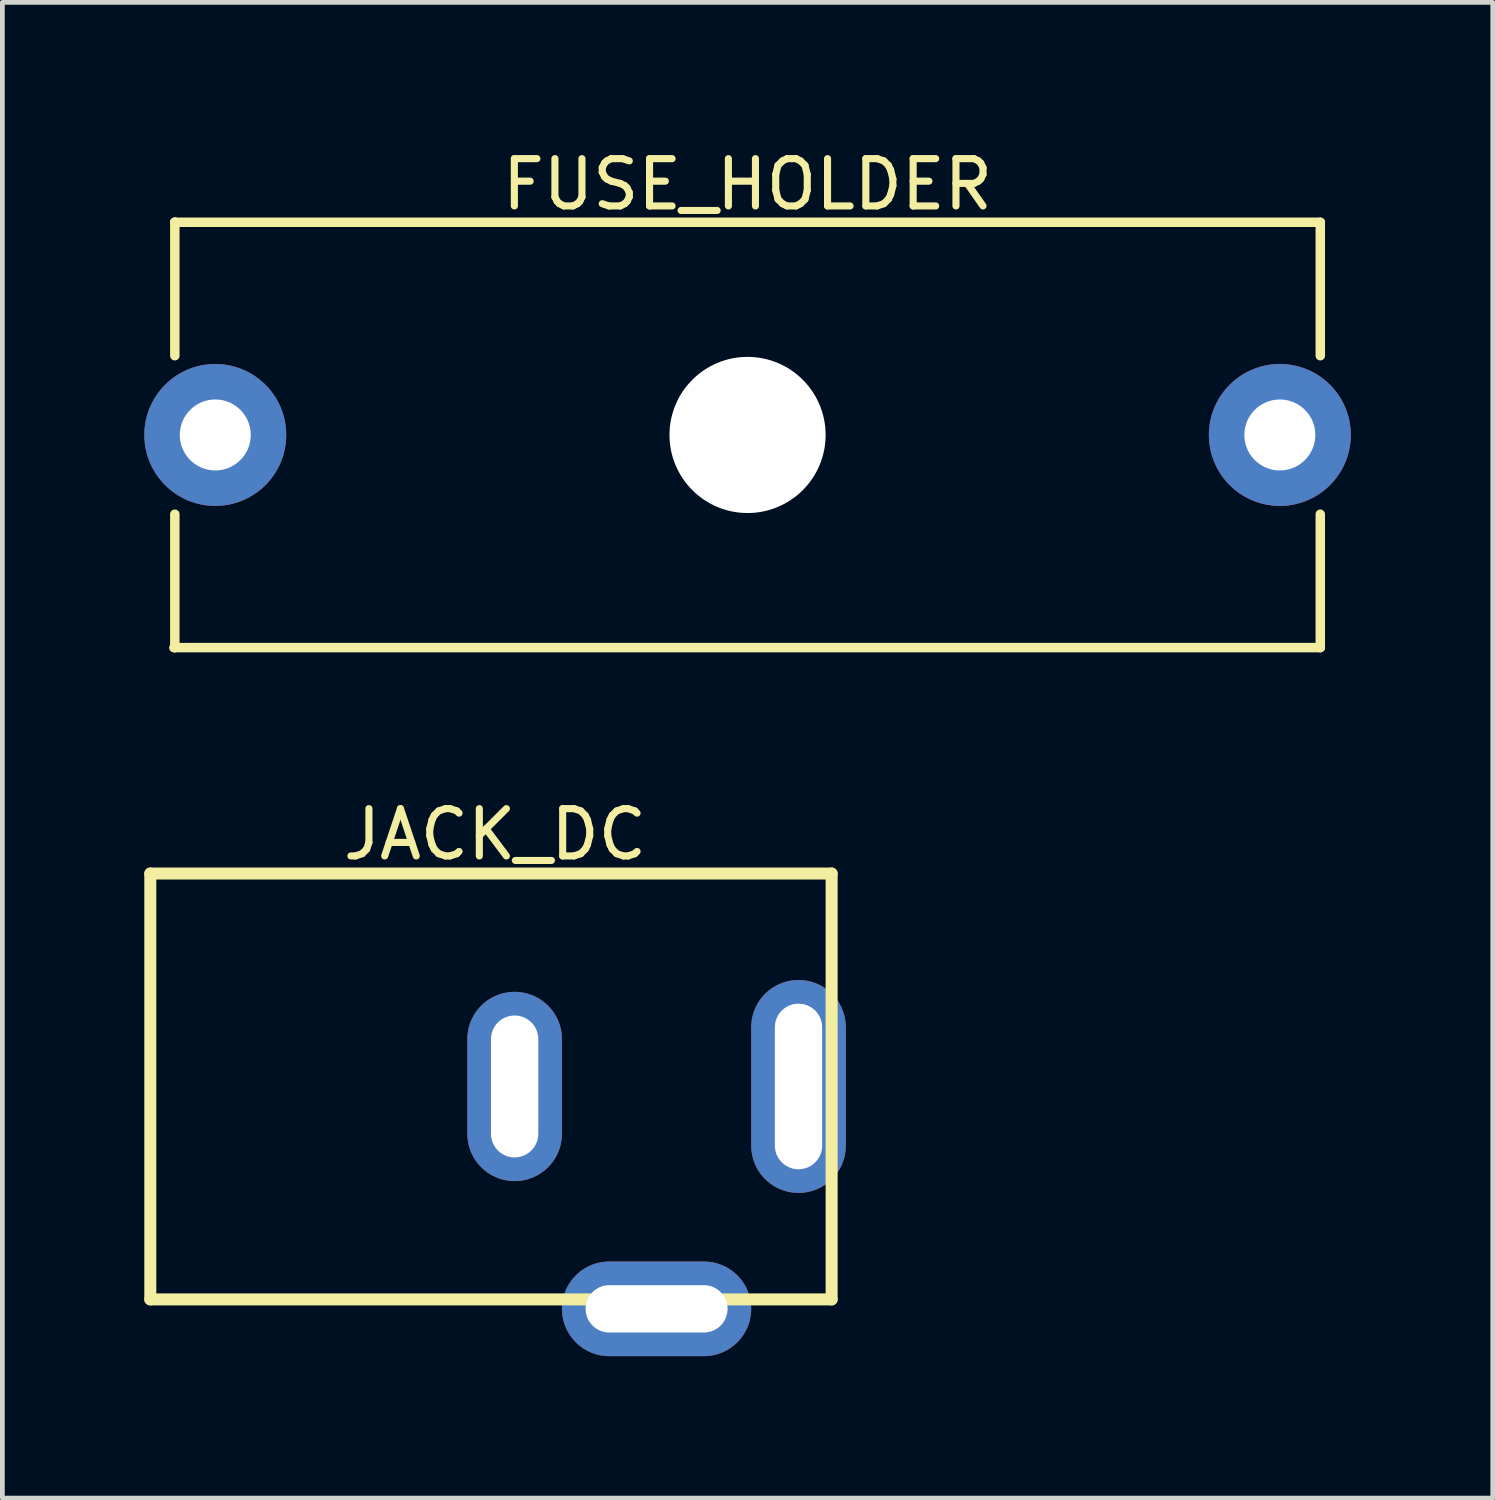
<source format=kicad_pcb>
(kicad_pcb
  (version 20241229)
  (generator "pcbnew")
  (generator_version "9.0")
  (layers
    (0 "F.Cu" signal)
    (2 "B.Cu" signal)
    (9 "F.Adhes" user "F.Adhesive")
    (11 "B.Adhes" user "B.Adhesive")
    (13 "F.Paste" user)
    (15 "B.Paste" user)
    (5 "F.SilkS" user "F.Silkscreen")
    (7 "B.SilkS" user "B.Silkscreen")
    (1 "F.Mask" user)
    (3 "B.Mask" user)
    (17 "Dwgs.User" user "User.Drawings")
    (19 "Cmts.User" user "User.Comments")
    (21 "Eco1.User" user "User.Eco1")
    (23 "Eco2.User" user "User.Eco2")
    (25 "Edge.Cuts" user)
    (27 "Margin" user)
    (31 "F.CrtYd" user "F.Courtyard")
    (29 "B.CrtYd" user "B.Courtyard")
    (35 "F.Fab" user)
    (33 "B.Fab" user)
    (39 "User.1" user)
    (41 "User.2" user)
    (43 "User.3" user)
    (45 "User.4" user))
  (footprint "FUSE_HOLDER"
    (layer "F.Cu")
    (at 12.75 6.143)
    (property "Reference" "FUSE_HOLDER" (at 0 -5.295 0) (layer "F.SilkS") (effects (font (size 1 1) (thickness 0.15))))
    (fp_line (start -12.125 4.495) (end -12.105 4.495) (stroke (width 0.2) (type solid)) (layer "F.SilkS"))
    (fp_line (start -12.105 -4.495) (end -12.1 -4.495) (stroke (width 0.2) (type solid)) (layer "F.SilkS"))
    (fp_line (start -12.105 -4.495) (end -12.1 -4.495) (stroke (width 0.2) (type solid)) (layer "F.SilkS"))
    (fp_line (start -12.105 -4.495) (end 12.105 -4.495) (stroke (width 0.2) (type solid)) (layer "F.SilkS"))
    (fp_line (start -12.105 -1.675) (end -12.105 -4.495) (stroke (width 0.2) (type solid)) (layer "F.SilkS"))
    (fp_line (start -12.105 4.495) (end -12.105 1.675) (stroke (width 0.2) (type solid)) (layer "F.SilkS"))
    (fp_line (start -12.105 4.495) (end 12.105 4.495) (stroke (width 0.2) (type solid)) (layer "F.SilkS"))
    (fp_line (start 12.105 -1.675) (end 12.105 -4.495) (stroke (width 0.2) (type solid)) (layer "F.SilkS"))
    (fp_line (start 12.105 4.495) (end 12.105 1.675) (stroke (width 0.2) (type solid)) (layer "F.SilkS"))
    (pad "" np_thru_hole circle (at 0 0) (size 3.3 3.3) (drill 3.3) (layers "*.Cu" "*.Mask"))
    (pad "1" thru_hole circle (at -11.25 0) (size 3 3) (drill 1.5) (layers "*.Cu" "*.Mask"))
    (pad "2" thru_hole circle (at 11.25 0) (size 3 3) (drill 1.5) (layers "*.Cu" "*.Mask")))
  (footprint "JACK_DC"
    (layer "F.Cu")
    (at 10.827 19.913)
    (property "Reference" "JACK_DC" (at -3.413 -5.327 0) (layer "F.SilkS") (effects (font (size 1 1) (thickness 0.15))))
    (fp_line (start -10.7 -4.5) (end 3.7 -4.5) (stroke (width 0.254) (type solid)) (layer "F.SilkS"))
    (fp_line (start -10.7 4.5) (end -10.7 -4.5) (stroke (width 0.254) (type solid)) (layer "F.SilkS"))
    (fp_line (start -10.7 4.5) (end 3.7 4.5) (stroke (width 0.254) (type solid)) (layer "F.SilkS"))
    (fp_line (start 3.7 4.5) (end 3.7 -4.5) (stroke (width 0.254) (type solid)) (layer "F.SilkS"))
    (pad "1" thru_hole oval (at 3 0) (size 2 4.5) (drill oval 1 3.5) (layers "*.Cu" "*.Mask"))
    (pad "2" thru_hole oval (at -3 0) (size 2 4) (drill oval 1 3) (layers "*.Cu" "*.Mask"))
    (pad "3" thru_hole oval (at 0 4.7 90) (size 2 4) (drill oval 1 3) (layers "*.Cu" "*.Mask")))
  (gr_rect
    (start -3 -3)
    (end 28.5 28.613)
    (stroke (width 0.1) (type default))
    (fill no)
    (layer "Edge.Cuts")))
</source>
